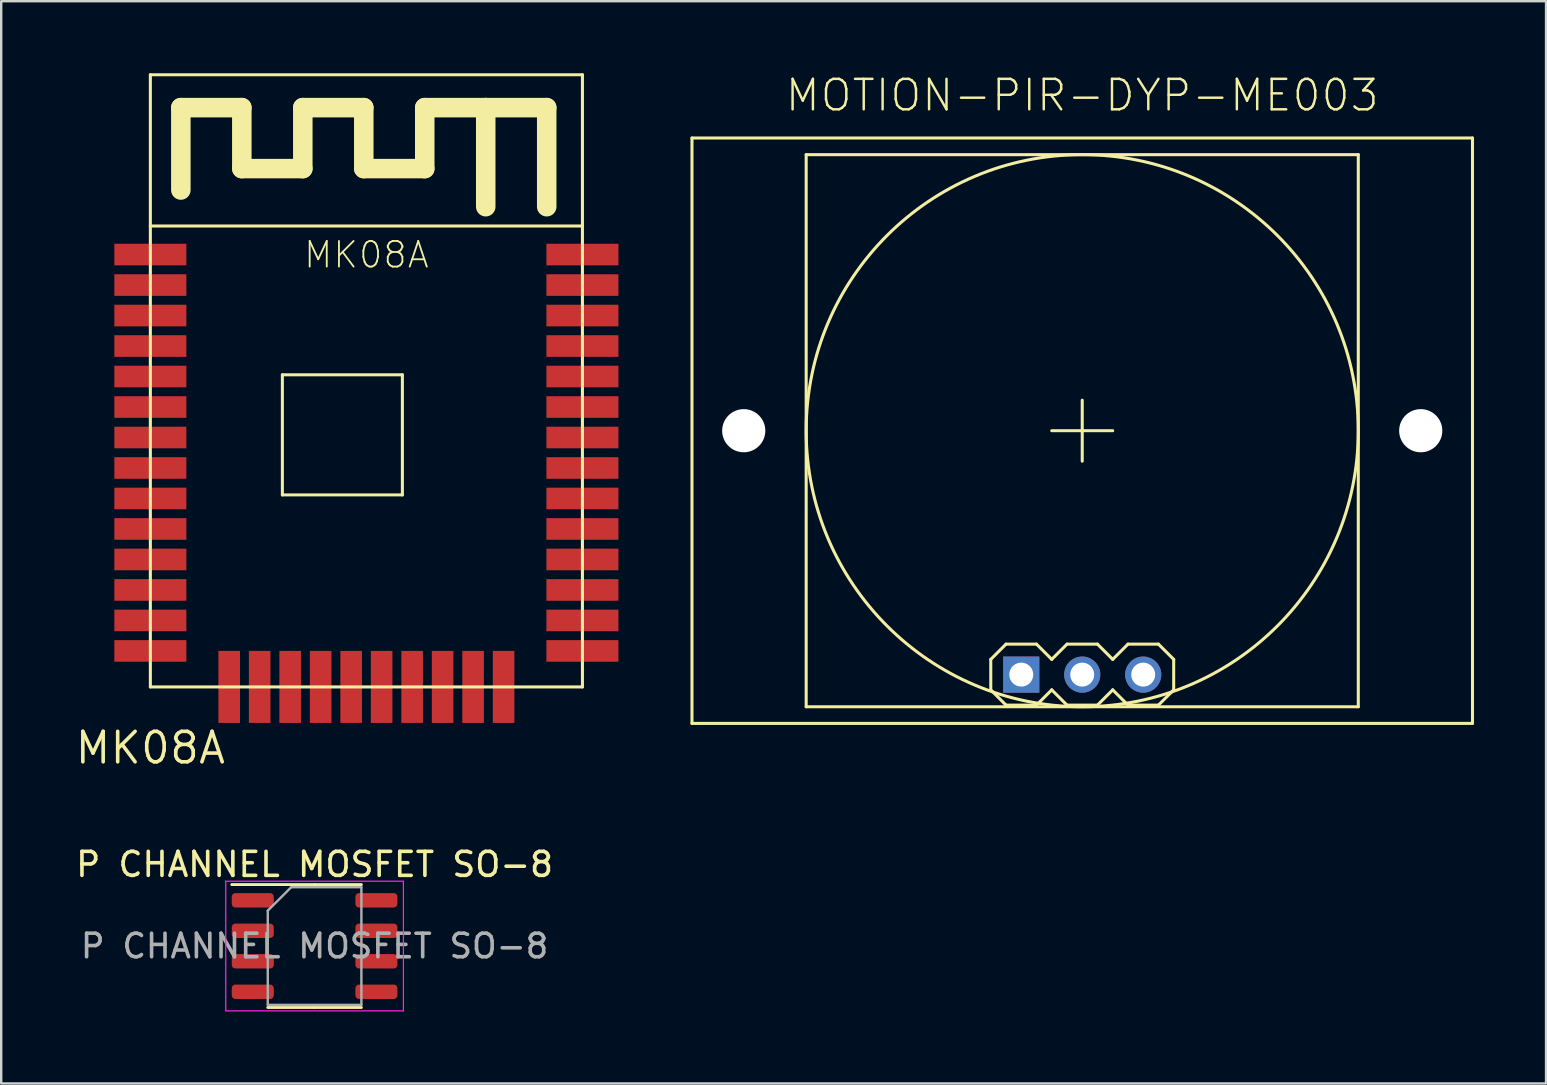
<source format=kicad_pcb>
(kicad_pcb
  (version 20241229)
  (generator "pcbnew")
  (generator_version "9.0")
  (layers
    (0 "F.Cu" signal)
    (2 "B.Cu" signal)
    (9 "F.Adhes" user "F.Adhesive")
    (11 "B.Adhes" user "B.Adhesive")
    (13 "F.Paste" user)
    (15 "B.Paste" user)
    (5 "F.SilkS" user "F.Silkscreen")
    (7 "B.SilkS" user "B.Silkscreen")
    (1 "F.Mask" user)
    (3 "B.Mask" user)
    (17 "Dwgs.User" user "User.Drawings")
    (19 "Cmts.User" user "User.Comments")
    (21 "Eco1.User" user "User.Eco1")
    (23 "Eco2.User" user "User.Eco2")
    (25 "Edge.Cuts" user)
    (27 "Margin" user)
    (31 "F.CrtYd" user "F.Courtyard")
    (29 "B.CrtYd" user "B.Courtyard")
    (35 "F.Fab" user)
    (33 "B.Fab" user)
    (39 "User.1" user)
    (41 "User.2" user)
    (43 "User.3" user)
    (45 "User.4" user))
  (footprint "MOTION-PIR-DYP-ME003"
    (layer "F.Cu")
    (at 42.03 14.891)
    (property "Reference" "MOTION-PIR-DYP-ME003" (at 0 -13.97 0) (layer "F.SilkS") (effects (font (size 1.27 1.27) (thickness 0.102))))
    (attr exclude_from_pos_files exclude_from_bom)
    (fp_line (start -16.256 -12.192) (end 16.256 -12.192) (stroke (width 0.127) (type solid)) (layer "F.SilkS"))
    (fp_line (start -16.256 12.192) (end -16.256 -12.192) (stroke (width 0.127) (type solid)) (layer "F.SilkS"))
    (fp_line (start -11.499 -11.499) (end 11.499 -11.499) (stroke (width 0.127) (type solid)) (layer "F.SilkS"))
    (fp_line (start -11.499 11.499) (end -11.499 -11.499) (stroke (width 0.127) (type solid)) (layer "F.SilkS"))
    (fp_line (start -3.81 9.525) (end -3.175 8.89) (stroke (width 0.127) (type solid)) (layer "F.SilkS"))
    (fp_line (start -3.81 10.795) (end -3.81 9.525) (stroke (width 0.127) (type solid)) (layer "F.SilkS"))
    (fp_line (start -3.175 8.89) (end -1.905 8.89) (stroke (width 0.127) (type solid)) (layer "F.SilkS"))
    (fp_line (start -3.175 11.43) (end -3.81 10.795) (stroke (width 0.127) (type solid)) (layer "F.SilkS"))
    (fp_line (start -1.905 8.89) (end -1.27 9.525) (stroke (width 0.127) (type solid)) (layer "F.SilkS"))
    (fp_line (start -1.905 11.43) (end -3.175 11.43) (stroke (width 0.127) (type solid)) (layer "F.SilkS"))
    (fp_line (start -1.27 0) (end 1.27 0) (stroke (width 0.127) (type solid)) (layer "F.SilkS"))
    (fp_line (start -1.27 9.525) (end -0.635 8.89) (stroke (width 0.127) (type solid)) (layer "F.SilkS"))
    (fp_line (start -1.27 10.795) (end -1.905 11.43) (stroke (width 0.127) (type solid)) (layer "F.SilkS"))
    (fp_line (start -0.635 8.89) (end 0.635 8.89) (stroke (width 0.127) (type solid)) (layer "F.SilkS"))
    (fp_line (start -0.635 11.43) (end -1.27 10.795) (stroke (width 0.127) (type solid)) (layer "F.SilkS"))
    (fp_line (start 0 -1.27) (end 0 1.27) (stroke (width 0.127) (type solid)) (layer "F.SilkS"))
    (fp_line (start 0.635 8.89) (end 1.27 9.525) (stroke (width 0.127) (type solid)) (layer "F.SilkS"))
    (fp_line (start 0.635 11.43) (end -0.635 11.43) (stroke (width 0.127) (type solid)) (layer "F.SilkS"))
    (fp_line (start 1.27 9.525) (end 1.905 8.89) (stroke (width 0.127) (type solid)) (layer "F.SilkS"))
    (fp_line (start 1.27 10.795) (end 0.635 11.43) (stroke (width 0.127) (type solid)) (layer "F.SilkS"))
    (fp_line (start 1.905 8.89) (end 3.175 8.89) (stroke (width 0.127) (type solid)) (layer "F.SilkS"))
    (fp_line (start 1.905 11.43) (end 1.27 10.795) (stroke (width 0.127) (type solid)) (layer "F.SilkS"))
    (fp_line (start 3.175 8.89) (end 3.81 9.525) (stroke (width 0.127) (type solid)) (layer "F.SilkS"))
    (fp_line (start 3.175 11.43) (end 1.905 11.43) (stroke (width 0.127) (type solid)) (layer "F.SilkS"))
    (fp_line (start 3.81 9.525) (end 3.81 10.795) (stroke (width 0.127) (type solid)) (layer "F.SilkS"))
    (fp_line (start 3.81 10.795) (end 3.175 11.43) (stroke (width 0.127) (type solid)) (layer "F.SilkS"))
    (fp_line (start 11.499 -11.499) (end 11.499 11.499) (stroke (width 0.127) (type solid)) (layer "F.SilkS"))
    (fp_line (start 11.499 11.499) (end -11.499 11.499) (stroke (width 0.127) (type solid)) (layer "F.SilkS"))
    (fp_line (start 16.256 -12.192) (end 16.256 12.192) (stroke (width 0.127) (type solid)) (layer "F.SilkS"))
    (fp_line (start 16.256 12.192) (end -16.256 12.192) (stroke (width 0.127) (type solid)) (layer "F.SilkS"))
    (fp_circle (center 0 0) (end 0 -11.499) (stroke (width 0.127) (type solid)) (fill no) (layer "F.SilkS"))
    (pad "" np_thru_hole circle (at -14.1 0) (size 1.798 1.798) (drill 1.798) (layers "*.Cu" "*.Mask"))
    (pad "" np_thru_hole circle (at 14.1 0) (size 1.798 1.798) (drill 1.798) (layers "*.Cu" "*.Mask"))
    (pad "1" thru_hole rect (at -2.54 10.16) (size 1.506 1.506) (drill 0.998) (layers "*.Cu" "*.Paste" "*.Mask"))
    (pad "2" thru_hole circle (at 0 10.16) (size 1.506 1.506) (drill 0.998) (layers "*.Cu" "*.Paste" "*.Mask"))
    (pad "3" thru_hole circle (at 2.54 10.16) (size 1.506 1.506) (drill 0.998) (layers "*.Cu" "*.Paste" "*.Mask")))
  (footprint "P CHANNEL MOSFET SO-8"
    (layer "F.Cu")
    (at 10.054 36.357)
    (property "Reference" "P CHANNEL MOSFET SO-8" (at 0 -3.4 0) (layer "F.SilkS") (effects (font (size 1 1) (thickness 0.15))))
    (attr smd)
    (fp_line (start 0 -2.56) (end -3.45 -2.56) (stroke (width 0.12) (type solid)) (layer "F.SilkS"))
    (fp_line (start 0 -2.56) (end 1.95 -2.56) (stroke (width 0.12) (type solid)) (layer "F.SilkS"))
    (fp_line (start 0 2.56) (end -1.95 2.56) (stroke (width 0.12) (type solid)) (layer "F.SilkS"))
    (fp_line (start 0 2.56) (end 1.95 2.56) (stroke (width 0.12) (type solid)) (layer "F.SilkS"))
    (fp_line (start -3.7 -2.7) (end -3.7 2.7) (stroke (width 0.05) (type solid)) (layer "F.CrtYd"))
    (fp_line (start -3.7 2.7) (end 3.7 2.7) (stroke (width 0.05) (type solid)) (layer "F.CrtYd"))
    (fp_line (start 3.7 -2.7) (end -3.7 -2.7) (stroke (width 0.05) (type solid)) (layer "F.CrtYd"))
    (fp_line (start 3.7 2.7) (end 3.7 -2.7) (stroke (width 0.05) (type solid)) (layer "F.CrtYd"))
    (fp_line (start -1.95 -1.475) (end -0.975 -2.45) (stroke (width 0.1) (type solid)) (layer "F.Fab"))
    (fp_line (start -1.95 2.45) (end -1.95 -1.475) (stroke (width 0.1) (type solid)) (layer "F.Fab"))
    (fp_line (start -0.975 -2.45) (end 1.95 -2.45) (stroke (width 0.1) (type solid)) (layer "F.Fab"))
    (fp_line (start 1.95 -2.45) (end 1.95 2.45) (stroke (width 0.1) (type solid)) (layer "F.Fab"))
    (fp_line (start 1.95 2.45) (end -1.95 2.45) (stroke (width 0.1) (type solid)) (layer "F.Fab"))
    (fp_text user "${REFERENCE}" (at 0 0 0) (layer "F.Fab") (effects (font (size 0.98 0.98) (thickness 0.15))))
    (pad "1" smd roundrect (at 2.575 -1.905) (size 1.75 0.6) (layers "F.Cu" "F.Mask" "F.Paste") (roundrect_rratio 0.25))
    (pad "1" smd roundrect (at 2.575 -0.635) (size 1.75 0.6) (layers "F.Cu" "F.Mask" "F.Paste") (roundrect_rratio 0.25))
    (pad "1" smd roundrect (at 2.575 0.635) (size 1.75 0.6) (layers "F.Cu" "F.Mask" "F.Paste") (roundrect_rratio 0.25))
    (pad "1" smd roundrect (at 2.575 1.905) (size 1.75 0.6) (layers "F.Cu" "F.Mask" "F.Paste") (roundrect_rratio 0.25))
    (pad "2" smd roundrect (at -2.575 1.905) (size 1.75 0.6) (layers "F.Cu" "F.Mask" "F.Paste") (roundrect_rratio 0.25))
    (pad "3" smd roundrect (at -2.575 -1.905) (size 1.75 0.6) (layers "F.Cu" "F.Mask" "F.Paste") (roundrect_rratio 0.25))
    (pad "3" smd roundrect (at -2.575 -0.635) (size 1.75 0.6) (layers "F.Cu" "F.Mask" "F.Paste") (roundrect_rratio 0.25))
    (pad "3" smd roundrect (at -2.575 0.635) (size 1.75 0.6) (layers "F.Cu" "F.Mask" "F.Paste") (roundrect_rratio 0.25)))
  (footprint "MK08A"
    (layer "F.Cu")
    (at 3.213 25.563)
    (property "Reference" "MK08A" (at 0 2.54 0) (layer "F.SilkS") (effects (font (size 1.27 1.27) (thickness 0.15))))
    (attr smd)
    (fp_line (start 0 -25.499) (end 0 -19.2) (stroke (width 0.127) (type solid)) (layer "F.SilkS"))
    (fp_line (start 0 -19.2) (end 0 0) (stroke (width 0.127) (type solid)) (layer "F.SilkS"))
    (fp_line (start 0 -19.2) (end 17.998 -19.2) (stroke (width 0.127) (type solid)) (layer "F.SilkS"))
    (fp_line (start 0 0) (end 17.998 0) (stroke (width 0.127) (type solid)) (layer "F.SilkS"))
    (fp_line (start 1.27 -24.13) (end 1.27 -20.698) (stroke (width 0.813) (type solid)) (layer "F.SilkS"))
    (fp_line (start 3.81 -24.13) (end 1.27 -24.13) (stroke (width 0.813) (type solid)) (layer "F.SilkS"))
    (fp_line (start 3.81 -21.59) (end 3.81 -24.13) (stroke (width 0.813) (type solid)) (layer "F.SilkS"))
    (fp_line (start 5.499 -13) (end 5.499 -7.998) (stroke (width 0.127) (type solid)) (layer "F.SilkS"))
    (fp_line (start 5.499 -7.998) (end 10.498 -7.998) (stroke (width 0.127) (type solid)) (layer "F.SilkS"))
    (fp_line (start 6.35 -24.13) (end 6.35 -21.59) (stroke (width 0.813) (type solid)) (layer "F.SilkS"))
    (fp_line (start 6.35 -21.59) (end 3.81 -21.59) (stroke (width 0.813) (type solid)) (layer "F.SilkS"))
    (fp_line (start 8.89 -24.13) (end 6.35 -24.13) (stroke (width 0.813) (type solid)) (layer "F.SilkS"))
    (fp_line (start 8.89 -21.59) (end 8.89 -24.13) (stroke (width 0.813) (type solid)) (layer "F.SilkS"))
    (fp_line (start 10.498 -13) (end 5.499 -13) (stroke (width 0.127) (type solid)) (layer "F.SilkS"))
    (fp_line (start 10.498 -7.998) (end 10.498 -13) (stroke (width 0.127) (type solid)) (layer "F.SilkS"))
    (fp_line (start 11.43 -24.13) (end 11.43 -21.59) (stroke (width 0.813) (type solid)) (layer "F.SilkS"))
    (fp_line (start 11.43 -21.59) (end 8.89 -21.59) (stroke (width 0.813) (type solid)) (layer "F.SilkS"))
    (fp_line (start 13.97 -24.13) (end 11.43 -24.13) (stroke (width 0.813) (type solid)) (layer "F.SilkS"))
    (fp_line (start 13.97 -24.13) (end 13.97 -20.003) (stroke (width 0.813) (type solid)) (layer "F.SilkS"))
    (fp_line (start 16.51 -24.13) (end 13.97 -24.13) (stroke (width 0.813) (type solid)) (layer "F.SilkS"))
    (fp_line (start 16.51 -20.003) (end 16.51 -24.13) (stroke (width 0.813) (type solid)) (layer "F.SilkS"))
    (fp_line (start 17.998 -25.499) (end 0 -25.499) (stroke (width 0.127) (type solid)) (layer "F.SilkS"))
    (fp_line (start 17.998 -19.2) (end 17.998 -25.499) (stroke (width 0.127) (type solid)) (layer "F.SilkS"))
    (fp_line (start 17.998 0) (end 17.998 -19.2) (stroke (width 0.127) (type solid)) (layer "F.SilkS"))
    (fp_text user "MK08A" (at 8.999 -17.998 0) (layer "F.SilkS") (effects (font (size 1.067 1.067) (thickness 0.076))))
    (pad "3V3" smd rect (at 0 -16.739) (size 3 0.9) (layers "F.Cu" "F.Mask" "F.Paste"))
    (pad "CLK" smd rect (at 9.634 0 90) (size 3 0.899) (layers "F.Cu" "F.Mask" "F.Paste"))
    (pad "CMD" smd rect (at 8.364 0 90) (size 3 0.899) (layers "F.Cu" "F.Mask" "F.Paste"))
    (pad "EN" smd rect (at 0 -15.469) (size 3 0.9) (layers "F.Cu" "F.Mask" "F.Paste"))
    (pad "GND1" smd rect (at 0 -18.009) (size 3 0.9) (layers "F.Cu" "F.Mask" "F.Paste"))
    (pad "GND2" smd rect (at 3.284 0 90) (size 3 0.899) (layers "F.Cu" "F.Mask" "F.Paste"))
    (pad "GND3" smd rect (at 17.998 -18.009) (size 3 0.9) (layers "F.Cu" "F.Mask" "F.Paste"))
    (pad "IO0" smd rect (at 17.998 -1.499) (size 3 0.9) (layers "F.Cu" "F.Mask" "F.Paste"))
    (pad "IO2" smd rect (at 14.714 0 90) (size 3 0.899) (layers "F.Cu" "F.Mask" "F.Paste"))
    (pad "IO4" smd rect (at 17.998 -2.769) (size 3 0.9) (layers "F.Cu" "F.Mask" "F.Paste"))
    (pad "IO5" smd rect (at 17.998 -6.579) (size 3 0.9) (layers "F.Cu" "F.Mask" "F.Paste"))
    (pad "IO12" smd rect (at 0 -1.499) (size 3 0.9) (layers "F.Cu" "F.Mask" "F.Paste"))
    (pad "IO13" smd rect (at 4.554 0 90) (size 3 0.899) (layers "F.Cu" "F.Mask" "F.Paste"))
    (pad "IO14" smd rect (at 0 -2.769) (size 3 0.9) (layers "F.Cu" "F.Mask" "F.Paste"))
    (pad "IO15" smd rect (at 13.444 0 90) (size 3 0.899) (layers "F.Cu" "F.Mask" "F.Paste"))
    (pad "IO16" smd rect (at 17.998 -4.039) (size 3 0.9) (layers "F.Cu" "F.Mask" "F.Paste"))
    (pad "IO17" smd rect (at 17.998 -5.309) (size 3 0.9) (layers "F.Cu" "F.Mask" "F.Paste"))
    (pad "IO18" smd rect (at 17.998 -7.849) (size 3 0.9) (layers "F.Cu" "F.Mask" "F.Paste"))
    (pad "IO19" smd rect (at 17.998 -9.119) (size 3 0.9) (layers "F.Cu" "F.Mask" "F.Paste"))
    (pad "IO21" smd rect (at 17.998 -11.659) (size 3 0.9) (layers "F.Cu" "F.Mask" "F.Paste"))
    (pad "IO22" smd rect (at 17.998 -15.469) (size 3 0.9) (layers "F.Cu" "F.Mask" "F.Paste"))
    (pad "IO23" smd rect (at 17.998 -16.739) (size 3 0.9) (layers "F.Cu" "F.Mask" "F.Paste"))
    (pad "IO25" smd rect (at 0 -6.579) (size 3 0.9) (layers "F.Cu" "F.Mask" "F.Paste"))
    (pad "IO26" smd rect (at 0 -5.309) (size 3 0.9) (layers "F.Cu" "F.Mask" "F.Paste"))
    (pad "IO27" smd rect (at 0 -4.039) (size 3 0.9) (layers "F.Cu" "F.Mask" "F.Paste"))
    (pad "IO32" smd rect (at 0 -9.119) (size 3 0.9) (layers "F.Cu" "F.Mask" "F.Paste"))
    (pad "IO33" smd rect (at 0 -7.849) (size 3 0.9) (layers "F.Cu" "F.Mask" "F.Paste"))
    (pad "IO34" smd rect (at 0 -11.659) (size 3 0.9) (layers "F.Cu" "F.Mask" "F.Paste"))
    (pad "IO35" smd rect (at 0 -10.389) (size 3 0.9) (layers "F.Cu" "F.Mask" "F.Paste"))
    (pad "NC" smd rect (at 17.998 -10.389) (size 3 0.9) (layers "F.Cu" "F.Mask" "F.Paste"))
    (pad "RX" smd rect (at 17.998 -12.929) (size 3 0.9) (layers "F.Cu" "F.Mask" "F.Paste"))
    (pad "SD0" smd rect (at 10.904 0 90) (size 3 0.899) (layers "F.Cu" "F.Mask" "F.Paste"))
    (pad "SD1" smd rect (at 12.174 0 90) (size 3 0.899) (layers "F.Cu" "F.Mask" "F.Paste"))
    (pad "SD2" smd rect (at 5.824 0 90) (size 3 0.899) (layers "F.Cu" "F.Mask" "F.Paste"))
    (pad "SD3" smd rect (at 7.094 0 90) (size 3 0.899) (layers "F.Cu" "F.Mask" "F.Paste"))
    (pad "SENSOR_VN" smd rect (at 0 -12.929) (size 3 0.9) (layers "F.Cu" "F.Mask" "F.Paste"))
    (pad "SENSOR_VP" smd rect (at 0 -14.199) (size 3 0.9) (layers "F.Cu" "F.Mask" "F.Paste"))
    (pad "TX" smd rect (at 17.998 -14.199) (size 3 0.9) (layers "F.Cu" "F.Mask" "F.Paste")))
  (gr_rect
    (start -3 -3)
    (end 61.35 42.082)
    (stroke (width 0.1) (type default))
    (fill no)
    (layer "Edge.Cuts")))
</source>
